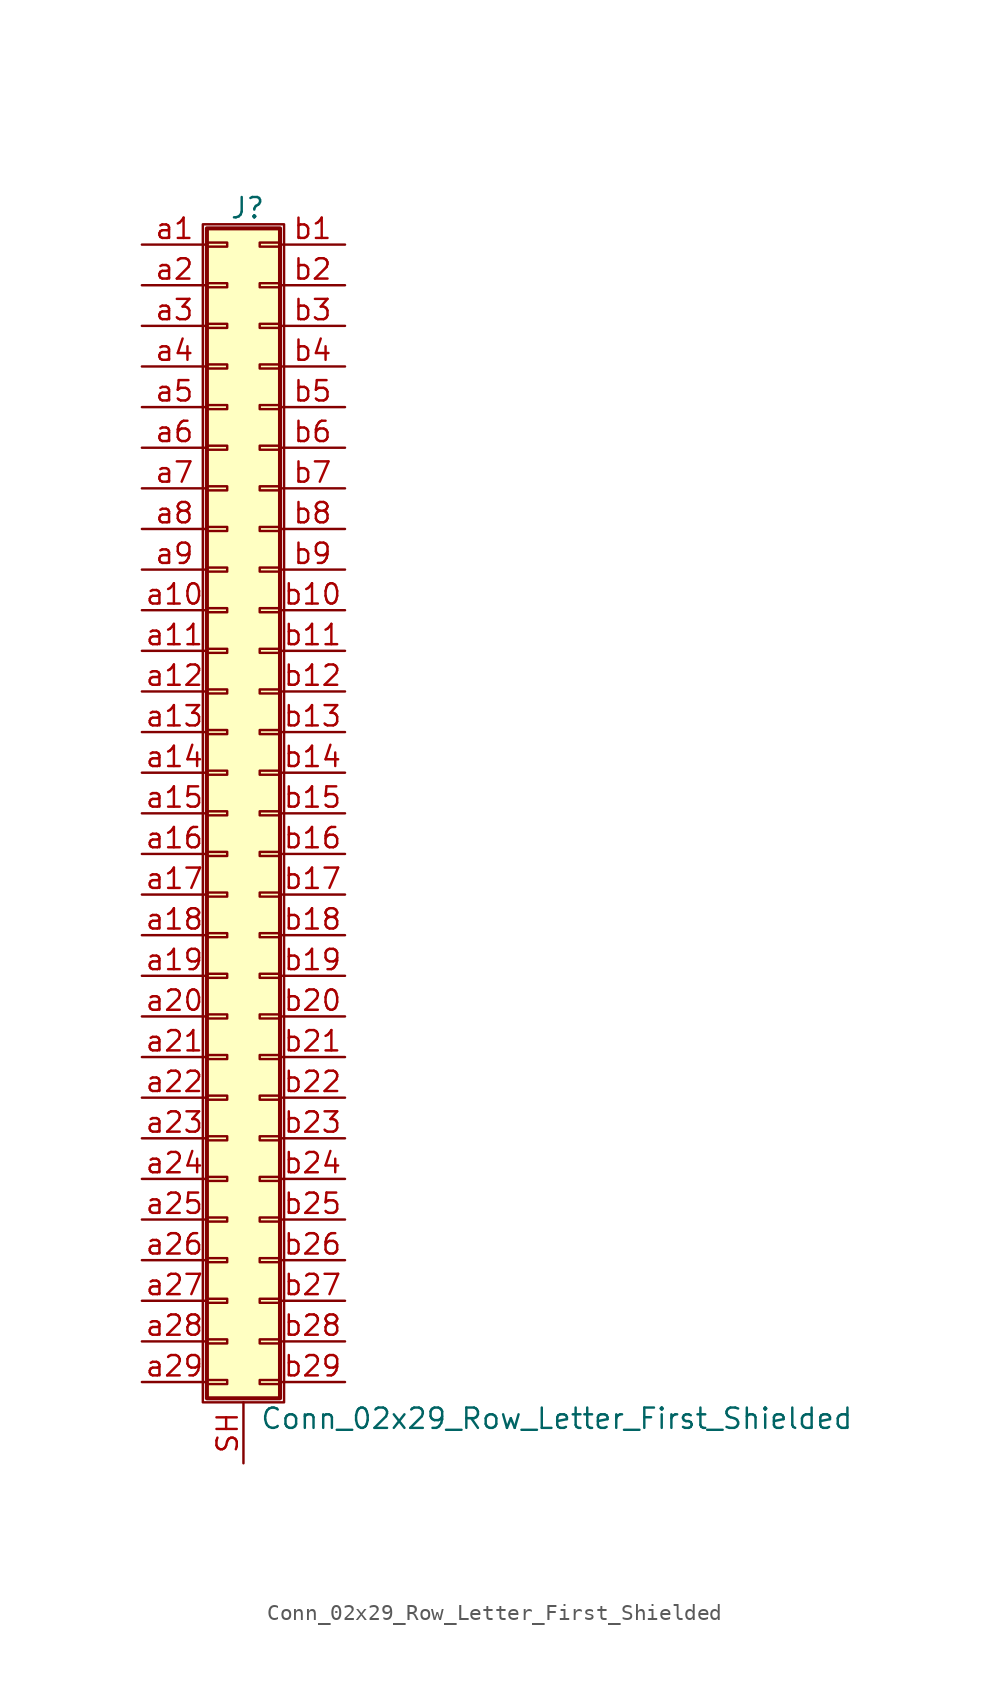
<source format=kicad_sym>
(kicad_symbol_lib
  (version 20201005)
  (generator kicad_symbol_editor)
  (symbol "Conn_02x29_Row_Letter_First_Shielded"
    (pin_names
      (offset 1.016) hide)
    (property "Reference" "J"
      (at 1.524 37.846 0)
      (effects (font (size 1.27 1.27))))
    (property "Value" "Conn_02x29_Row_Letter_First_Shielded"
      (at 2.286 -37.846 0)
      (effects (font (size 1.27 1.27)) (justify left)))
    (symbol "Conn_02x29_Row_Letter_First_Shielded_1_1"
      (rectangle (start -1.27 36.83) (end 3.81 -36.83) (stroke (width 0.152)) (fill (type none)))
      (rectangle (start -1.016 -35.433) (end 0.254 -35.687) (stroke (width 0.152)) (fill (type none)))
      (rectangle (start -1.016 -32.893) (end 0.254 -33.147) (stroke (width 0.152)) (fill (type none)))
      (rectangle (start -1.016 -30.353) (end 0.254 -30.607) (stroke (width 0.152)) (fill (type none)))
      (rectangle (start -1.016 -27.813) (end 0.254 -28.067) (stroke (width 0.152)) (fill (type none)))
      (rectangle (start -1.016 -25.273) (end 0.254 -25.527) (stroke (width 0.152)) (fill (type none)))
      (rectangle (start -1.016 -22.733) (end 0.254 -22.987) (stroke (width 0.152)) (fill (type none)))
      (rectangle (start -1.016 -20.193) (end 0.254 -20.447) (stroke (width 0.152)) (fill (type none)))
      (rectangle (start -1.016 -17.653) (end 0.254 -17.907) (stroke (width 0.152)) (fill (type none)))
      (rectangle (start -1.016 -15.113) (end 0.254 -15.367) (stroke (width 0.152)) (fill (type none)))
      (rectangle (start -1.016 -12.573) (end 0.254 -12.827) (stroke (width 0.152)) (fill (type none)))
      (rectangle (start -1.016 -10.033) (end 0.254 -10.287) (stroke (width 0.152)) (fill (type none)))
      (rectangle (start -1.016 -7.493) (end 0.254 -7.747) (stroke (width 0.152)) (fill (type none)))
      (rectangle (start -1.016 -4.953) (end 0.254 -5.207) (stroke (width 0.152)) (fill (type none)))
      (rectangle (start -1.016 -2.413) (end 0.254 -2.667) (stroke (width 0.152)) (fill (type none)))
      (rectangle (start -1.016 0.127) (end 0.254 -0.127) (stroke (width 0.152)) (fill (type none)))
      (rectangle (start -1.016 2.667) (end 0.254 2.413) (stroke (width 0.152)) (fill (type none)))
      (rectangle (start -1.016 5.207) (end 0.254 4.953) (stroke (width 0.152)) (fill (type none)))
      (rectangle (start -1.016 7.747) (end 0.254 7.493) (stroke (width 0.152)) (fill (type none)))
      (rectangle (start -1.016 10.287) (end 0.254 10.033) (stroke (width 0.152)) (fill (type none)))
      (rectangle (start -1.016 12.827) (end 0.254 12.573) (stroke (width 0.152)) (fill (type none)))
      (rectangle (start -1.016 15.367) (end 0.254 15.113) (stroke (width 0.152)) (fill (type none)))
      (rectangle (start -1.016 17.907) (end 0.254 17.653) (stroke (width 0.152)) (fill (type none)))
      (rectangle (start -1.016 20.447) (end 0.254 20.193) (stroke (width 0.152)) (fill (type none)))
      (rectangle (start -1.016 22.987) (end 0.254 22.733) (stroke (width 0.152)) (fill (type none)))
      (rectangle (start -1.016 25.527) (end 0.254 25.273) (stroke (width 0.152)) (fill (type none)))
      (rectangle (start -1.016 28.067) (end 0.254 27.813) (stroke (width 0.152)) (fill (type none)))
      (rectangle (start -1.016 30.607) (end 0.254 30.353) (stroke (width 0.152)) (fill (type none)))
      (rectangle (start -1.016 33.147) (end 0.254 32.893) (stroke (width 0.152)) (fill (type none)))
      (rectangle (start -1.016 35.687) (end 0.254 35.433) (stroke (width 0.152)) (fill (type none)))
      (rectangle (start -1.016 36.576) (end 3.556 -36.576) (stroke (width 0.254)) (fill (type background)))
      (rectangle (start 3.556 -35.433) (end 2.286 -35.687) (stroke (width 0.152)) (fill (type none)))
      (rectangle (start 3.556 -32.893) (end 2.286 -33.147) (stroke (width 0.152)) (fill (type none)))
      (rectangle (start 3.556 -30.353) (end 2.286 -30.607) (stroke (width 0.152)) (fill (type none)))
      (rectangle (start 3.556 -27.813) (end 2.286 -28.067) (stroke (width 0.152)) (fill (type none)))
      (rectangle (start 3.556 -25.273) (end 2.286 -25.527) (stroke (width 0.152)) (fill (type none)))
      (rectangle (start 3.556 -22.733) (end 2.286 -22.987) (stroke (width 0.152)) (fill (type none)))
      (rectangle (start 3.556 -20.193) (end 2.286 -20.447) (stroke (width 0.152)) (fill (type none)))
      (rectangle (start 3.556 -17.653) (end 2.286 -17.907) (stroke (width 0.152)) (fill (type none)))
      (rectangle (start 3.556 -15.113) (end 2.286 -15.367) (stroke (width 0.152)) (fill (type none)))
      (rectangle (start 3.556 -12.573) (end 2.286 -12.827) (stroke (width 0.152)) (fill (type none)))
      (rectangle (start 3.556 -10.033) (end 2.286 -10.287) (stroke (width 0.152)) (fill (type none)))
      (rectangle (start 3.556 -7.493) (end 2.286 -7.747) (stroke (width 0.152)) (fill (type none)))
      (rectangle (start 3.556 -4.953) (end 2.286 -5.207) (stroke (width 0.152)) (fill (type none)))
      (rectangle (start 3.556 -2.413) (end 2.286 -2.667) (stroke (width 0.152)) (fill (type none)))
      (rectangle (start 3.556 0.127) (end 2.286 -0.127) (stroke (width 0.152)) (fill (type none)))
      (rectangle (start 3.556 2.667) (end 2.286 2.413) (stroke (width 0.152)) (fill (type none)))
      (rectangle (start 3.556 5.207) (end 2.286 4.953) (stroke (width 0.152)) (fill (type none)))
      (rectangle (start 3.556 7.747) (end 2.286 7.493) (stroke (width 0.152)) (fill (type none)))
      (rectangle (start 3.556 10.287) (end 2.286 10.033) (stroke (width 0.152)) (fill (type none)))
      (rectangle (start 3.556 12.827) (end 2.286 12.573) (stroke (width 0.152)) (fill (type none)))
      (rectangle (start 3.556 15.367) (end 2.286 15.113) (stroke (width 0.152)) (fill (type none)))
      (rectangle (start 3.556 17.907) (end 2.286 17.653) (stroke (width 0.152)) (fill (type none)))
      (rectangle (start 3.556 20.447) (end 2.286 20.193) (stroke (width 0.152)) (fill (type none)))
      (rectangle (start 3.556 22.987) (end 2.286 22.733) (stroke (width 0.152)) (fill (type none)))
      (rectangle (start 3.556 25.527) (end 2.286 25.273) (stroke (width 0.152)) (fill (type none)))
      (rectangle (start 3.556 28.067) (end 2.286 27.813) (stroke (width 0.152)) (fill (type none)))
      (rectangle (start 3.556 30.607) (end 2.286 30.353) (stroke (width 0.152)) (fill (type none)))
      (rectangle (start 3.556 33.147) (end 2.286 32.893) (stroke (width 0.152)) (fill (type none)))
      (rectangle (start 3.556 35.687) (end 2.286 35.433) (stroke (width 0.152)) (fill (type none)))
      (pin passive line (at 1.27 -40.64 90) (length 3.81) (name "Shield" (effects (font (size 1.27 1.27)))) (number "SH" (effects (font (size 1.27 1.27)))))
      (pin passive line (at -5.08 35.56 0) (length 4.064) (name "Pin_a1" (effects (font (size 1.27 1.27)))) (number "a1" (effects (font (size 1.27 1.27)))))
      (pin passive line (at -5.08 12.7 0) (length 4.064) (name "Pin_a10" (effects (font (size 1.27 1.27)))) (number "a10" (effects (font (size 1.27 1.27)))))
      (pin passive line (at -5.08 10.16 0) (length 4.064) (name "Pin_a11" (effects (font (size 1.27 1.27)))) (number "a11" (effects (font (size 1.27 1.27)))))
      (pin passive line (at -5.08 7.62 0) (length 4.064) (name "Pin_a12" (effects (font (size 1.27 1.27)))) (number "a12" (effects (font (size 1.27 1.27)))))
      (pin passive line (at -5.08 5.08 0) (length 4.064) (name "Pin_a13" (effects (font (size 1.27 1.27)))) (number "a13" (effects (font (size 1.27 1.27)))))
      (pin passive line (at -5.08 2.54 0) (length 4.064) (name "Pin_a14" (effects (font (size 1.27 1.27)))) (number "a14" (effects (font (size 1.27 1.27)))))
      (pin passive line (at -5.08 0 0) (length 4.064) (name "Pin_a15" (effects (font (size 1.27 1.27)))) (number "a15" (effects (font (size 1.27 1.27)))))
      (pin passive line (at -5.08 -2.54 0) (length 4.064) (name "Pin_a16" (effects (font (size 1.27 1.27)))) (number "a16" (effects (font (size 1.27 1.27)))))
      (pin passive line (at -5.08 -5.08 0) (length 4.064) (name "Pin_a17" (effects (font (size 1.27 1.27)))) (number "a17" (effects (font (size 1.27 1.27)))))
      (pin passive line (at -5.08 -7.62 0) (length 4.064) (name "Pin_a18" (effects (font (size 1.27 1.27)))) (number "a18" (effects (font (size 1.27 1.27)))))
      (pin passive line (at -5.08 -10.16 0) (length 4.064) (name "Pin_a19" (effects (font (size 1.27 1.27)))) (number "a19" (effects (font (size 1.27 1.27)))))
      (pin passive line (at -5.08 33.02 0) (length 4.064) (name "Pin_a2" (effects (font (size 1.27 1.27)))) (number "a2" (effects (font (size 1.27 1.27)))))
      (pin passive line (at -5.08 -12.7 0) (length 4.064) (name "Pin_a20" (effects (font (size 1.27 1.27)))) (number "a20" (effects (font (size 1.27 1.27)))))
      (pin passive line (at -5.08 -15.24 0) (length 4.064) (name "Pin_a21" (effects (font (size 1.27 1.27)))) (number "a21" (effects (font (size 1.27 1.27)))))
      (pin passive line (at -5.08 -17.78 0) (length 4.064) (name "Pin_a22" (effects (font (size 1.27 1.27)))) (number "a22" (effects (font (size 1.27 1.27)))))
      (pin passive line (at -5.08 -20.32 0) (length 4.064) (name "Pin_a23" (effects (font (size 1.27 1.27)))) (number "a23" (effects (font (size 1.27 1.27)))))
      (pin passive line (at -5.08 -22.86 0) (length 4.064) (name "Pin_a24" (effects (font (size 1.27 1.27)))) (number "a24" (effects (font (size 1.27 1.27)))))
      (pin passive line (at -5.08 -25.4 0) (length 4.064) (name "Pin_a25" (effects (font (size 1.27 1.27)))) (number "a25" (effects (font (size 1.27 1.27)))))
      (pin passive line (at -5.08 -27.94 0) (length 4.064) (name "Pin_a26" (effects (font (size 1.27 1.27)))) (number "a26" (effects (font (size 1.27 1.27)))))
      (pin passive line (at -5.08 -30.48 0) (length 4.064) (name "Pin_a27" (effects (font (size 1.27 1.27)))) (number "a27" (effects (font (size 1.27 1.27)))))
      (pin passive line (at -5.08 -33.02 0) (length 4.064) (name "Pin_a28" (effects (font (size 1.27 1.27)))) (number "a28" (effects (font (size 1.27 1.27)))))
      (pin passive line (at -5.08 -35.56 0) (length 4.064) (name "Pin_a29" (effects (font (size 1.27 1.27)))) (number "a29" (effects (font (size 1.27 1.27)))))
      (pin passive line (at -5.08 30.48 0) (length 4.064) (name "Pin_a3" (effects (font (size 1.27 1.27)))) (number "a3" (effects (font (size 1.27 1.27)))))
      (pin passive line (at -5.08 27.94 0) (length 4.064) (name "Pin_a4" (effects (font (size 1.27 1.27)))) (number "a4" (effects (font (size 1.27 1.27)))))
      (pin passive line (at -5.08 25.4 0) (length 4.064) (name "Pin_a5" (effects (font (size 1.27 1.27)))) (number "a5" (effects (font (size 1.27 1.27)))))
      (pin passive line (at -5.08 22.86 0) (length 4.064) (name "Pin_a6" (effects (font (size 1.27 1.27)))) (number "a6" (effects (font (size 1.27 1.27)))))
      (pin passive line (at -5.08 20.32 0) (length 4.064) (name "Pin_a7" (effects (font (size 1.27 1.27)))) (number "a7" (effects (font (size 1.27 1.27)))))
      (pin passive line (at -5.08 17.78 0) (length 4.064) (name "Pin_a8" (effects (font (size 1.27 1.27)))) (number "a8" (effects (font (size 1.27 1.27)))))
      (pin passive line (at -5.08 15.24 0) (length 4.064) (name "Pin_a9" (effects (font (size 1.27 1.27)))) (number "a9" (effects (font (size 1.27 1.27)))))
      (pin passive line (at 7.62 35.56 180) (length 4.064) (name "Pin_b1" (effects (font (size 1.27 1.27)))) (number "b1" (effects (font (size 1.27 1.27)))))
      (pin passive line (at 7.62 12.7 180) (length 4.064) (name "Pin_b10" (effects (font (size 1.27 1.27)))) (number "b10" (effects (font (size 1.27 1.27)))))
      (pin passive line (at 7.62 10.16 180) (length 4.064) (name "Pin_b11" (effects (font (size 1.27 1.27)))) (number "b11" (effects (font (size 1.27 1.27)))))
      (pin passive line (at 7.62 7.62 180) (length 4.064) (name "Pin_b12" (effects (font (size 1.27 1.27)))) (number "b12" (effects (font (size 1.27 1.27)))))
      (pin passive line (at 7.62 5.08 180) (length 4.064) (name "Pin_b13" (effects (font (size 1.27 1.27)))) (number "b13" (effects (font (size 1.27 1.27)))))
      (pin passive line (at 7.62 2.54 180) (length 4.064) (name "Pin_b14" (effects (font (size 1.27 1.27)))) (number "b14" (effects (font (size 1.27 1.27)))))
      (pin passive line (at 7.62 0 180) (length 4.064) (name "Pin_b15" (effects (font (size 1.27 1.27)))) (number "b15" (effects (font (size 1.27 1.27)))))
      (pin passive line (at 7.62 -2.54 180) (length 4.064) (name "Pin_b16" (effects (font (size 1.27 1.27)))) (number "b16" (effects (font (size 1.27 1.27)))))
      (pin passive line (at 7.62 -5.08 180) (length 4.064) (name "Pin_b17" (effects (font (size 1.27 1.27)))) (number "b17" (effects (font (size 1.27 1.27)))))
      (pin passive line (at 7.62 -7.62 180) (length 4.064) (name "Pin_b18" (effects (font (size 1.27 1.27)))) (number "b18" (effects (font (size 1.27 1.27)))))
      (pin passive line (at 7.62 -10.16 180) (length 4.064) (name "Pin_b19" (effects (font (size 1.27 1.27)))) (number "b19" (effects (font (size 1.27 1.27)))))
      (pin passive line (at 7.62 33.02 180) (length 4.064) (name "Pin_b2" (effects (font (size 1.27 1.27)))) (number "b2" (effects (font (size 1.27 1.27)))))
      (pin passive line (at 7.62 -12.7 180) (length 4.064) (name "Pin_b20" (effects (font (size 1.27 1.27)))) (number "b20" (effects (font (size 1.27 1.27)))))
      (pin passive line (at 7.62 -15.24 180) (length 4.064) (name "Pin_b21" (effects (font (size 1.27 1.27)))) (number "b21" (effects (font (size 1.27 1.27)))))
      (pin passive line (at 7.62 -17.78 180) (length 4.064) (name "Pin_b22" (effects (font (size 1.27 1.27)))) (number "b22" (effects (font (size 1.27 1.27)))))
      (pin passive line (at 7.62 -20.32 180) (length 4.064) (name "Pin_b23" (effects (font (size 1.27 1.27)))) (number "b23" (effects (font (size 1.27 1.27)))))
      (pin passive line (at 7.62 -22.86 180) (length 4.064) (name "Pin_b24" (effects (font (size 1.27 1.27)))) (number "b24" (effects (font (size 1.27 1.27)))))
      (pin passive line (at 7.62 -25.4 180) (length 4.064) (name "Pin_b25" (effects (font (size 1.27 1.27)))) (number "b25" (effects (font (size 1.27 1.27)))))
      (pin passive line (at 7.62 -27.94 180) (length 4.064) (name "Pin_b26" (effects (font (size 1.27 1.27)))) (number "b26" (effects (font (size 1.27 1.27)))))
      (pin passive line (at 7.62 -30.48 180) (length 4.064) (name "Pin_b27" (effects (font (size 1.27 1.27)))) (number "b27" (effects (font (size 1.27 1.27)))))
      (pin passive line (at 7.62 -33.02 180) (length 4.064) (name "Pin_b28" (effects (font (size 1.27 1.27)))) (number "b28" (effects (font (size 1.27 1.27)))))
      (pin passive line (at 7.62 -35.56 180) (length 4.064) (name "Pin_b29" (effects (font (size 1.27 1.27)))) (number "b29" (effects (font (size 1.27 1.27)))))
      (pin passive line (at 7.62 30.48 180) (length 4.064) (name "Pin_b3" (effects (font (size 1.27 1.27)))) (number "b3" (effects (font (size 1.27 1.27)))))
      (pin passive line (at 7.62 27.94 180) (length 4.064) (name "Pin_b4" (effects (font (size 1.27 1.27)))) (number "b4" (effects (font (size 1.27 1.27)))))
      (pin passive line (at 7.62 25.4 180) (length 4.064) (name "Pin_b5" (effects (font (size 1.27 1.27)))) (number "b5" (effects (font (size 1.27 1.27)))))
      (pin passive line (at 7.62 22.86 180) (length 4.064) (name "Pin_b6" (effects (font (size 1.27 1.27)))) (number "b6" (effects (font (size 1.27 1.27)))))
      (pin passive line (at 7.62 20.32 180) (length 4.064) (name "Pin_b7" (effects (font (size 1.27 1.27)))) (number "b7" (effects (font (size 1.27 1.27)))))
      (pin passive line (at 7.62 17.78 180) (length 4.064) (name "Pin_b8" (effects (font (size 1.27 1.27)))) (number "b8" (effects (font (size 1.27 1.27)))))
      (pin passive line (at 7.62 15.24 180) (length 4.064) (name "Pin_b9" (effects (font (size 1.27 1.27)))) (number "b9" (effects (font (size 1.27 1.27))))))))
</source>
